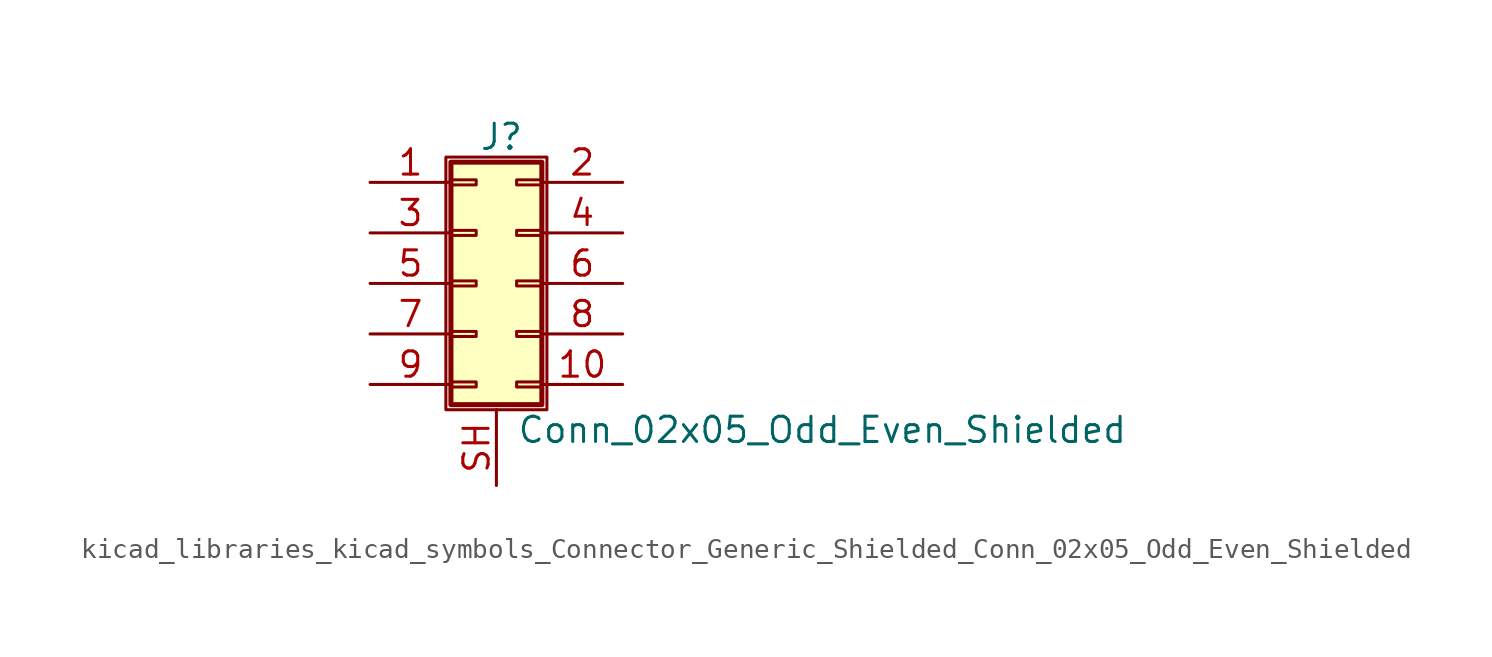
<source format=kicad_sym>
(kicad_symbol_lib
  (version 20220914)
  (generator kicad_symbol_editor)
  (symbol "kicad_libraries_kicad_symbols_Connector_Generic_Shielded_Conn_02x05_Odd_Even_Shielded"
    (pin_names
      (offset 1.016) hide)
    (property "Reference" "J"
      (at 1.524 7.366 0)
      (effects (font (size 1.27 1.27))))
    (property "Value" "Conn_02x05_Odd_Even_Shielded"
      (at 2.286 -7.366 0)
      (effects (font (size 1.27 1.27)) (justify left)))
    (symbol "kicad_libraries_kicad_symbols_Connector_Generic_Shielded_Conn_02x05_Odd_Even_Shielded_1_1"
      (rectangle (start -1.27 6.35) (end 3.81 -6.35) (stroke (width 0.152) (type default)) (fill (type none)))
      (rectangle (start -1.016 -4.953) (end 0.254 -5.207) (stroke (width 0.152) (type default)) (fill (type none)))
      (rectangle (start -1.016 -2.413) (end 0.254 -2.667) (stroke (width 0.152) (type default)) (fill (type none)))
      (rectangle (start -1.016 0.127) (end 0.254 -0.127) (stroke (width 0.152) (type default)) (fill (type none)))
      (rectangle (start -1.016 2.667) (end 0.254 2.413) (stroke (width 0.152) (type default)) (fill (type none)))
      (rectangle (start -1.016 5.207) (end 0.254 4.953) (stroke (width 0.152) (type default)) (fill (type none)))
      (rectangle (start -1.016 6.096) (end 3.556 -6.096) (stroke (width 0.254) (type default)) (fill (type background)))
      (rectangle (start 3.556 -4.953) (end 2.286 -5.207) (stroke (width 0.152) (type default)) (fill (type none)))
      (rectangle (start 3.556 -2.413) (end 2.286 -2.667) (stroke (width 0.152) (type default)) (fill (type none)))
      (rectangle (start 3.556 0.127) (end 2.286 -0.127) (stroke (width 0.152) (type default)) (fill (type none)))
      (rectangle (start 3.556 2.667) (end 2.286 2.413) (stroke (width 0.152) (type default)) (fill (type none)))
      (rectangle (start 3.556 5.207) (end 2.286 4.953) (stroke (width 0.152) (type default)) (fill (type none)))
      (pin passive line (at -5.08 5.08 0) (length 4.064) (name "Pin_1" (effects (font (size 1.27 1.27)))) (number "1" (effects (font (size 1.27 1.27)))))
      (pin passive line (at 7.62 -5.08 180) (length 4.064) (name "Pin_10" (effects (font (size 1.27 1.27)))) (number "10" (effects (font (size 1.27 1.27)))))
      (pin passive line (at 7.62 5.08 180) (length 4.064) (name "Pin_2" (effects (font (size 1.27 1.27)))) (number "2" (effects (font (size 1.27 1.27)))))
      (pin passive line (at -5.08 2.54 0) (length 4.064) (name "Pin_3" (effects (font (size 1.27 1.27)))) (number "3" (effects (font (size 1.27 1.27)))))
      (pin passive line (at 7.62 2.54 180) (length 4.064) (name "Pin_4" (effects (font (size 1.27 1.27)))) (number "4" (effects (font (size 1.27 1.27)))))
      (pin passive line (at -5.08 0 0) (length 4.064) (name "Pin_5" (effects (font (size 1.27 1.27)))) (number "5" (effects (font (size 1.27 1.27)))))
      (pin passive line (at 7.62 0 180) (length 4.064) (name "Pin_6" (effects (font (size 1.27 1.27)))) (number "6" (effects (font (size 1.27 1.27)))))
      (pin passive line (at -5.08 -2.54 0) (length 4.064) (name "Pin_7" (effects (font (size 1.27 1.27)))) (number "7" (effects (font (size 1.27 1.27)))))
      (pin passive line (at 7.62 -2.54 180) (length 4.064) (name "Pin_8" (effects (font (size 1.27 1.27)))) (number "8" (effects (font (size 1.27 1.27)))))
      (pin passive line (at -5.08 -5.08 0) (length 4.064) (name "Pin_9" (effects (font (size 1.27 1.27)))) (number "9" (effects (font (size 1.27 1.27)))))
      (pin passive line (at 1.27 -10.16 90) (length 3.81) (name "Shield" (effects (font (size 1.27 1.27)))) (number "SH" (effects (font (size 1.27 1.27))))))))
</source>
